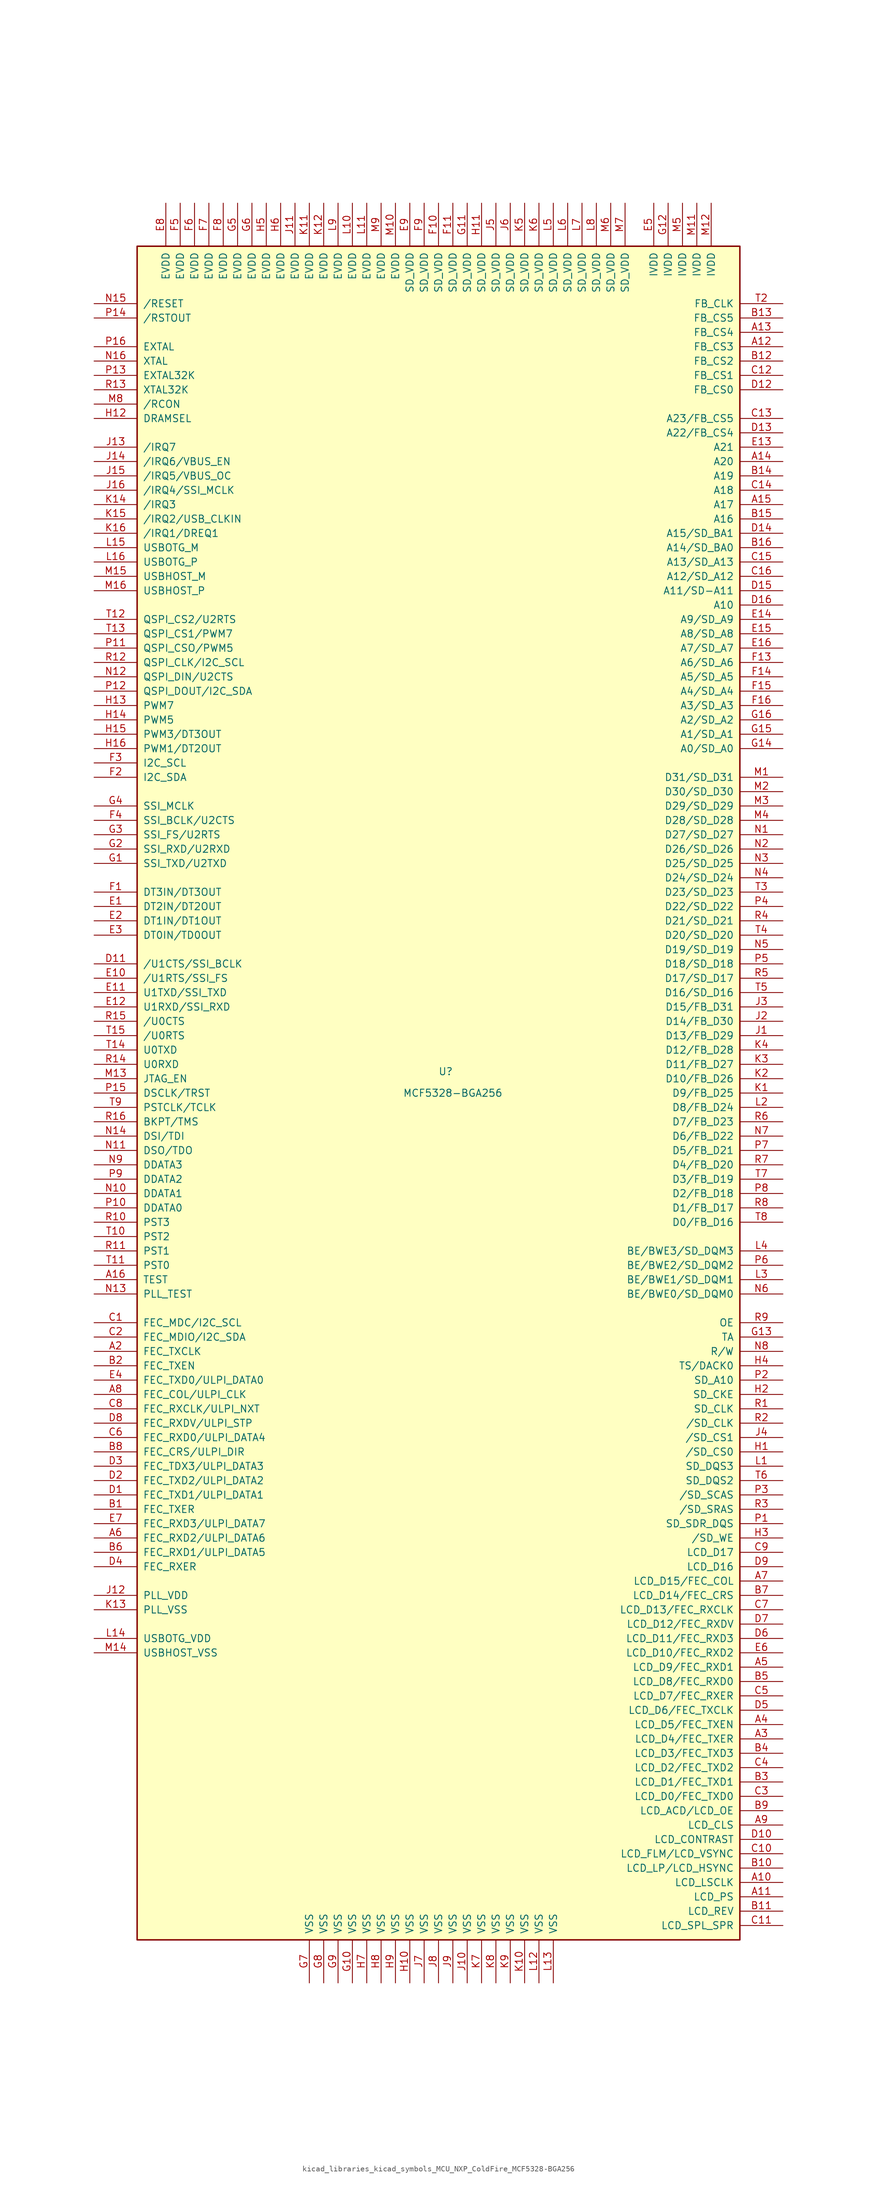
<source format=kicad_sym>
(kicad_symbol_lib
  (version 20220914)
  (generator kicad_symbol_editor)
  (symbol "kicad_libraries_kicad_symbols_MCU_NXP_ColdFire_MCF5328-BGA256"
    (pin_names
      (offset 1.016))
    (property "Reference" "U"
      (at 1.27 3.81 0)
      (effects (font (size 1.27 1.27))))
    (property "Value" "MCF5328-BGA256"
      (at 2.54 0 0)
      (effects (font (size 1.27 1.27))))
    (symbol "kicad_libraries_kicad_symbols_MCU_NXP_ColdFire_MCF5328-BGA256_0_1"
      (rectangle (start -53.34 149.86) (end 53.34 -149.86) (stroke (width 0.254) (type default)) (fill (type background))))
    (symbol "kicad_libraries_kicad_symbols_MCU_NXP_ColdFire_MCF5328-BGA256_1_1"
      (pin output line (at 60.96 -139.7 180) (length 7.62) (name "LCD_LSCLK" (effects (font (size 1.27 1.27)))) (number "A10" (effects (font (size 1.27 1.27)))))
      (pin output line (at 60.96 -142.24 180) (length 7.62) (name "LCD_PS" (effects (font (size 1.27 1.27)))) (number "A11" (effects (font (size 1.27 1.27)))))
      (pin output line (at 60.96 132.08 180) (length 7.62) (name "FB_CS3" (effects (font (size 1.27 1.27)))) (number "A12" (effects (font (size 1.27 1.27)))))
      (pin output line (at 60.96 134.62 180) (length 7.62) (name "FB_CS4" (effects (font (size 1.27 1.27)))) (number "A13" (effects (font (size 1.27 1.27)))))
      (pin output line (at 60.96 111.76 180) (length 7.62) (name "A20" (effects (font (size 1.27 1.27)))) (number "A14" (effects (font (size 1.27 1.27)))))
      (pin output line (at 60.96 104.14 180) (length 7.62) (name "A17" (effects (font (size 1.27 1.27)))) (number "A15" (effects (font (size 1.27 1.27)))))
      (pin input line (at -60.96 -33.02 0) (length 7.62) (name "TEST" (effects (font (size 1.27 1.27)))) (number "A16" (effects (font (size 1.27 1.27)))))
      (pin input line (at -60.96 -45.72 0) (length 7.62) (name "FEC_TXCLK" (effects (font (size 1.27 1.27)))) (number "A2" (effects (font (size 1.27 1.27)))))
      (pin output line (at 60.96 -114.3 180) (length 7.62) (name "LCD_D4/FEC_TXER" (effects (font (size 1.27 1.27)))) (number "A3" (effects (font (size 1.27 1.27)))))
      (pin output line (at 60.96 -111.76 180) (length 7.62) (name "LCD_D5/FEC_TXEN" (effects (font (size 1.27 1.27)))) (number "A4" (effects (font (size 1.27 1.27)))))
      (pin output line (at 60.96 -101.6 180) (length 7.62) (name "LCD_D9/FEC_RXD1" (effects (font (size 1.27 1.27)))) (number "A5" (effects (font (size 1.27 1.27)))))
      (pin input line (at -60.96 -78.74 0) (length 7.62) (name "FEC_RXD2/ULPI_DATA6" (effects (font (size 1.27 1.27)))) (number "A6" (effects (font (size 1.27 1.27)))))
      (pin output line (at 60.96 -86.36 180) (length 7.62) (name "LCD_D15/FEC_COL" (effects (font (size 1.27 1.27)))) (number "A7" (effects (font (size 1.27 1.27)))))
      (pin input line (at -60.96 -53.34 0) (length 7.62) (name "FEC_COL/ULPI_CLK" (effects (font (size 1.27 1.27)))) (number "A8" (effects (font (size 1.27 1.27)))))
      (pin output line (at 60.96 -129.54 180) (length 7.62) (name "LCD_CLS" (effects (font (size 1.27 1.27)))) (number "A9" (effects (font (size 1.27 1.27)))))
      (pin output line (at -60.96 -73.66 0) (length 7.62) (name "FEC_TXER" (effects (font (size 1.27 1.27)))) (number "B1" (effects (font (size 1.27 1.27)))))
      (pin output line (at 60.96 -137.16 180) (length 7.62) (name "LCD_LP/LCD_HSYNC" (effects (font (size 1.27 1.27)))) (number "B10" (effects (font (size 1.27 1.27)))))
      (pin output line (at 60.96 -144.78 180) (length 7.62) (name "LCD_REV" (effects (font (size 1.27 1.27)))) (number "B11" (effects (font (size 1.27 1.27)))))
      (pin output line (at 60.96 129.54 180) (length 7.62) (name "FB_CS2" (effects (font (size 1.27 1.27)))) (number "B12" (effects (font (size 1.27 1.27)))))
      (pin output line (at 60.96 137.16 180) (length 7.62) (name "FB_CS5" (effects (font (size 1.27 1.27)))) (number "B13" (effects (font (size 1.27 1.27)))))
      (pin output line (at 60.96 109.22 180) (length 7.62) (name "A19" (effects (font (size 1.27 1.27)))) (number "B14" (effects (font (size 1.27 1.27)))))
      (pin output line (at 60.96 101.6 180) (length 7.62) (name "A16" (effects (font (size 1.27 1.27)))) (number "B15" (effects (font (size 1.27 1.27)))))
      (pin output line (at 60.96 96.52 180) (length 7.62) (name "A14/SD_BA0" (effects (font (size 1.27 1.27)))) (number "B16" (effects (font (size 1.27 1.27)))))
      (pin output line (at -60.96 -48.26 0) (length 7.62) (name "FEC_TXEN" (effects (font (size 1.27 1.27)))) (number "B2" (effects (font (size 1.27 1.27)))))
      (pin output line (at 60.96 -121.92 180) (length 7.62) (name "LCD_D1/FEC_TXD1" (effects (font (size 1.27 1.27)))) (number "B3" (effects (font (size 1.27 1.27)))))
      (pin output line (at 60.96 -116.84 180) (length 7.62) (name "LCD_D3/FEC_TXD3" (effects (font (size 1.27 1.27)))) (number "B4" (effects (font (size 1.27 1.27)))))
      (pin output line (at 60.96 -104.14 180) (length 7.62) (name "LCD_D8/FEC_RXD0" (effects (font (size 1.27 1.27)))) (number "B5" (effects (font (size 1.27 1.27)))))
      (pin input line (at -60.96 -81.28 0) (length 7.62) (name "FEC_RXD1/ULPI_DATA5" (effects (font (size 1.27 1.27)))) (number "B6" (effects (font (size 1.27 1.27)))))
      (pin output line (at 60.96 -88.9 180) (length 7.62) (name "LCD_D14/FEC_CRS" (effects (font (size 1.27 1.27)))) (number "B7" (effects (font (size 1.27 1.27)))))
      (pin input line (at -60.96 -63.5 0) (length 7.62) (name "FEC_CRS/ULPI_DIR" (effects (font (size 1.27 1.27)))) (number "B8" (effects (font (size 1.27 1.27)))))
      (pin output line (at 60.96 -127 180) (length 7.62) (name "LCD_ACD/LCD_OE" (effects (font (size 1.27 1.27)))) (number "B9" (effects (font (size 1.27 1.27)))))
      (pin output line (at -60.96 -40.64 0) (length 7.62) (name "FEC_MDC/I2C_SCL" (effects (font (size 1.27 1.27)))) (number "C1" (effects (font (size 1.27 1.27)))))
      (pin output line (at 60.96 -134.62 180) (length 7.62) (name "LCD_FLM/LCD_VSYNC" (effects (font (size 1.27 1.27)))) (number "C10" (effects (font (size 1.27 1.27)))))
      (pin output line (at 60.96 -147.32 180) (length 7.62) (name "LCD_SPL_SPR" (effects (font (size 1.27 1.27)))) (number "C11" (effects (font (size 1.27 1.27)))))
      (pin output line (at 60.96 127 180) (length 7.62) (name "FB_CS1" (effects (font (size 1.27 1.27)))) (number "C12" (effects (font (size 1.27 1.27)))))
      (pin output line (at 60.96 119.38 180) (length 7.62) (name "A23/FB_CS5" (effects (font (size 1.27 1.27)))) (number "C13" (effects (font (size 1.27 1.27)))))
      (pin output line (at 60.96 106.68 180) (length 7.62) (name "A18" (effects (font (size 1.27 1.27)))) (number "C14" (effects (font (size 1.27 1.27)))))
      (pin output line (at 60.96 93.98 180) (length 7.62) (name "A13/SD_A13" (effects (font (size 1.27 1.27)))) (number "C15" (effects (font (size 1.27 1.27)))))
      (pin output line (at 60.96 91.44 180) (length 7.62) (name "A12/SD_A12" (effects (font (size 1.27 1.27)))) (number "C16" (effects (font (size 1.27 1.27)))))
      (pin bidirectional line (at -60.96 -43.18 0) (length 7.62) (name "FEC_MDIO/I2C_SDA" (effects (font (size 1.27 1.27)))) (number "C2" (effects (font (size 1.27 1.27)))))
      (pin output line (at 60.96 -124.46 180) (length 7.62) (name "LCD_D0/FEC_TXD0" (effects (font (size 1.27 1.27)))) (number "C3" (effects (font (size 1.27 1.27)))))
      (pin output line (at 60.96 -119.38 180) (length 7.62) (name "LCD_D2/FEC_TXD2" (effects (font (size 1.27 1.27)))) (number "C4" (effects (font (size 1.27 1.27)))))
      (pin output line (at 60.96 -106.68 180) (length 7.62) (name "LCD_D7/FEC_RXER" (effects (font (size 1.27 1.27)))) (number "C5" (effects (font (size 1.27 1.27)))))
      (pin input line (at -60.96 -60.96 0) (length 7.62) (name "FEC_RXD0/ULPI_DATA4" (effects (font (size 1.27 1.27)))) (number "C6" (effects (font (size 1.27 1.27)))))
      (pin output line (at 60.96 -91.44 180) (length 7.62) (name "LCD_D13/FEC_RXCLK" (effects (font (size 1.27 1.27)))) (number "C7" (effects (font (size 1.27 1.27)))))
      (pin input line (at -60.96 -55.88 0) (length 7.62) (name "FEC_RXCLK/ULPI_NXT" (effects (font (size 1.27 1.27)))) (number "C8" (effects (font (size 1.27 1.27)))))
      (pin output line (at 60.96 -81.28 180) (length 7.62) (name "LCD_D17" (effects (font (size 1.27 1.27)))) (number "C9" (effects (font (size 1.27 1.27)))))
      (pin output line (at -60.96 -71.12 0) (length 7.62) (name "FEC_TXD1/ULPI_DATA1" (effects (font (size 1.27 1.27)))) (number "D1" (effects (font (size 1.27 1.27)))))
      (pin output line (at 60.96 -132.08 180) (length 7.62) (name "LCD_CONTRAST" (effects (font (size 1.27 1.27)))) (number "D10" (effects (font (size 1.27 1.27)))))
      (pin input line (at -60.96 22.86 0) (length 7.62) (name "/U1CTS/SSI_BCLK" (effects (font (size 1.27 1.27)))) (number "D11" (effects (font (size 1.27 1.27)))))
      (pin output line (at 60.96 124.46 180) (length 7.62) (name "FB_CS0" (effects (font (size 1.27 1.27)))) (number "D12" (effects (font (size 1.27 1.27)))))
      (pin output line (at 60.96 116.84 180) (length 7.62) (name "A22/FB_CS4" (effects (font (size 1.27 1.27)))) (number "D13" (effects (font (size 1.27 1.27)))))
      (pin output line (at 60.96 99.06 180) (length 7.62) (name "A15/SD_BA1" (effects (font (size 1.27 1.27)))) (number "D14" (effects (font (size 1.27 1.27)))))
      (pin output line (at 60.96 88.9 180) (length 7.62) (name "A11/SD-A11" (effects (font (size 1.27 1.27)))) (number "D15" (effects (font (size 1.27 1.27)))))
      (pin output line (at 60.96 86.36 180) (length 7.62) (name "A10" (effects (font (size 1.27 1.27)))) (number "D16" (effects (font (size 1.27 1.27)))))
      (pin output line (at -60.96 -68.58 0) (length 7.62) (name "FEC_TXD2/ULPI_DATA2" (effects (font (size 1.27 1.27)))) (number "D2" (effects (font (size 1.27 1.27)))))
      (pin output line (at -60.96 -66.04 0) (length 7.62) (name "FEC_TDX3/ULPI_DATA3" (effects (font (size 1.27 1.27)))) (number "D3" (effects (font (size 1.27 1.27)))))
      (pin input line (at -60.96 -83.82 0) (length 7.62) (name "FEC_RXER" (effects (font (size 1.27 1.27)))) (number "D4" (effects (font (size 1.27 1.27)))))
      (pin output line (at 60.96 -109.22 180) (length 7.62) (name "LCD_D6/FEC_TXCLK" (effects (font (size 1.27 1.27)))) (number "D5" (effects (font (size 1.27 1.27)))))
      (pin output line (at 60.96 -96.52 180) (length 7.62) (name "LCD_D11/FEC_RXD3" (effects (font (size 1.27 1.27)))) (number "D6" (effects (font (size 1.27 1.27)))))
      (pin output line (at 60.96 -93.98 180) (length 7.62) (name "LCD_D12/FEC_RXDV" (effects (font (size 1.27 1.27)))) (number "D7" (effects (font (size 1.27 1.27)))))
      (pin input line (at -60.96 -58.42 0) (length 7.62) (name "FEC_RXDV/ULPI_STP" (effects (font (size 1.27 1.27)))) (number "D8" (effects (font (size 1.27 1.27)))))
      (pin output line (at 60.96 -83.82 180) (length 7.62) (name "LCD_D16" (effects (font (size 1.27 1.27)))) (number "D9" (effects (font (size 1.27 1.27)))))
      (pin input line (at -60.96 33.02 0) (length 7.62) (name "DT2IN/DT2OUT" (effects (font (size 1.27 1.27)))) (number "E1" (effects (font (size 1.27 1.27)))))
      (pin output line (at -60.96 20.32 0) (length 7.62) (name "/U1RTS/SSI_FS" (effects (font (size 1.27 1.27)))) (number "E10" (effects (font (size 1.27 1.27)))))
      (pin output line (at -60.96 17.78 0) (length 7.62) (name "U1TXD/SSI_TXD" (effects (font (size 1.27 1.27)))) (number "E11" (effects (font (size 1.27 1.27)))))
      (pin input line (at -60.96 15.24 0) (length 7.62) (name "U1RXD/SSI_RXD" (effects (font (size 1.27 1.27)))) (number "E12" (effects (font (size 1.27 1.27)))))
      (pin output line (at 60.96 114.3 180) (length 7.62) (name "A21" (effects (font (size 1.27 1.27)))) (number "E13" (effects (font (size 1.27 1.27)))))
      (pin output line (at 60.96 83.82 180) (length 7.62) (name "A9/SD_A9" (effects (font (size 1.27 1.27)))) (number "E14" (effects (font (size 1.27 1.27)))))
      (pin output line (at 60.96 81.28 180) (length 7.62) (name "A8/SD_A8" (effects (font (size 1.27 1.27)))) (number "E15" (effects (font (size 1.27 1.27)))))
      (pin output line (at 60.96 78.74 180) (length 7.62) (name "A7/SD_A7" (effects (font (size 1.27 1.27)))) (number "E16" (effects (font (size 1.27 1.27)))))
      (pin input line (at -60.96 30.48 0) (length 7.62) (name "DT1IN/DT1OUT" (effects (font (size 1.27 1.27)))) (number "E2" (effects (font (size 1.27 1.27)))))
      (pin input line (at -60.96 27.94 0) (length 7.62) (name "DT0IN/TD0OUT" (effects (font (size 1.27 1.27)))) (number "E3" (effects (font (size 1.27 1.27)))))
      (pin output line (at -60.96 -50.8 0) (length 7.62) (name "FEC_TXD0/ULPI_DATA0" (effects (font (size 1.27 1.27)))) (number "E4" (effects (font (size 1.27 1.27)))))
      (pin power_in line (at 38.1 157.48 270) (length 7.62) (name "IVDD" (effects (font (size 1.27 1.27)))) (number "E5" (effects (font (size 1.27 1.27)))))
      (pin output line (at 60.96 -99.06 180) (length 7.62) (name "LCD_D10/FEC_RXD2" (effects (font (size 1.27 1.27)))) (number "E6" (effects (font (size 1.27 1.27)))))
      (pin input line (at -60.96 -76.2 0) (length 7.62) (name "FEC_RXD3/ULPI_DATA7" (effects (font (size 1.27 1.27)))) (number "E7" (effects (font (size 1.27 1.27)))))
      (pin power_in line (at -48.26 157.48 270) (length 7.62) (name "EVDD" (effects (font (size 1.27 1.27)))) (number "E8" (effects (font (size 1.27 1.27)))))
      (pin power_in line (at -5.08 157.48 270) (length 7.62) (name "SD_VDD" (effects (font (size 1.27 1.27)))) (number "E9" (effects (font (size 1.27 1.27)))))
      (pin input line (at -60.96 35.56 0) (length 7.62) (name "DT3IN/DT3OUT" (effects (font (size 1.27 1.27)))) (number "F1" (effects (font (size 1.27 1.27)))))
      (pin power_in line (at 0 157.48 270) (length 7.62) (name "SD_VDD" (effects (font (size 1.27 1.27)))) (number "F10" (effects (font (size 1.27 1.27)))))
      (pin power_in line (at 2.54 157.48 270) (length 7.62) (name "SD_VDD" (effects (font (size 1.27 1.27)))) (number "F11" (effects (font (size 1.27 1.27)))))
      (pin output line (at 60.96 76.2 180) (length 7.62) (name "A6/SD_A6" (effects (font (size 1.27 1.27)))) (number "F13" (effects (font (size 1.27 1.27)))))
      (pin output line (at 60.96 73.66 180) (length 7.62) (name "A5/SD_A5" (effects (font (size 1.27 1.27)))) (number "F14" (effects (font (size 1.27 1.27)))))
      (pin output line (at 60.96 71.12 180) (length 7.62) (name "A4/SD_A4" (effects (font (size 1.27 1.27)))) (number "F15" (effects (font (size 1.27 1.27)))))
      (pin output line (at 60.96 68.58 180) (length 7.62) (name "A3/SD_A3" (effects (font (size 1.27 1.27)))) (number "F16" (effects (font (size 1.27 1.27)))))
      (pin bidirectional line (at -60.96 55.88 0) (length 7.62) (name "I2C_SDA" (effects (font (size 1.27 1.27)))) (number "F2" (effects (font (size 1.27 1.27)))))
      (pin bidirectional line (at -60.96 58.42 0) (length 7.62) (name "I2C_SCL" (effects (font (size 1.27 1.27)))) (number "F3" (effects (font (size 1.27 1.27)))))
      (pin bidirectional line (at -60.96 48.26 0) (length 7.62) (name "SSI_BCLK/U2CTS" (effects (font (size 1.27 1.27)))) (number "F4" (effects (font (size 1.27 1.27)))))
      (pin power_in line (at -45.72 157.48 270) (length 7.62) (name "EVDD" (effects (font (size 1.27 1.27)))) (number "F5" (effects (font (size 1.27 1.27)))))
      (pin power_in line (at -43.18 157.48 270) (length 7.62) (name "EVDD" (effects (font (size 1.27 1.27)))) (number "F6" (effects (font (size 1.27 1.27)))))
      (pin power_in line (at -40.64 157.48 270) (length 7.62) (name "EVDD" (effects (font (size 1.27 1.27)))) (number "F7" (effects (font (size 1.27 1.27)))))
      (pin power_in line (at -38.1 157.48 270) (length 7.62) (name "EVDD" (effects (font (size 1.27 1.27)))) (number "F8" (effects (font (size 1.27 1.27)))))
      (pin power_in line (at -2.54 157.48 270) (length 7.62) (name "SD_VDD" (effects (font (size 1.27 1.27)))) (number "F9" (effects (font (size 1.27 1.27)))))
      (pin output line (at -60.96 40.64 0) (length 7.62) (name "SSI_TXD/U2TXD" (effects (font (size 1.27 1.27)))) (number "G1" (effects (font (size 1.27 1.27)))))
      (pin power_in line (at -15.24 -157.48 90) (length 7.62) (name "VSS" (effects (font (size 1.27 1.27)))) (number "G10" (effects (font (size 1.27 1.27)))))
      (pin power_in line (at 5.08 157.48 270) (length 7.62) (name "SD_VDD" (effects (font (size 1.27 1.27)))) (number "G11" (effects (font (size 1.27 1.27)))))
      (pin power_in line (at 40.64 157.48 270) (length 7.62) (name "IVDD" (effects (font (size 1.27 1.27)))) (number "G12" (effects (font (size 1.27 1.27)))))
      (pin input line (at 60.96 -43.18 180) (length 7.62) (name "TA" (effects (font (size 1.27 1.27)))) (number "G13" (effects (font (size 1.27 1.27)))))
      (pin output line (at 60.96 60.96 180) (length 7.62) (name "A0/SD_A0" (effects (font (size 1.27 1.27)))) (number "G14" (effects (font (size 1.27 1.27)))))
      (pin output line (at 60.96 63.5 180) (length 7.62) (name "A1/SD_A1" (effects (font (size 1.27 1.27)))) (number "G15" (effects (font (size 1.27 1.27)))))
      (pin output line (at 60.96 66.04 180) (length 7.62) (name "A2/SD_A2" (effects (font (size 1.27 1.27)))) (number "G16" (effects (font (size 1.27 1.27)))))
      (pin input line (at -60.96 43.18 0) (length 7.62) (name "SSI_RXD/U2RXD" (effects (font (size 1.27 1.27)))) (number "G2" (effects (font (size 1.27 1.27)))))
      (pin bidirectional line (at -60.96 45.72 0) (length 7.62) (name "SSI_FS/U2RTS" (effects (font (size 1.27 1.27)))) (number "G3" (effects (font (size 1.27 1.27)))))
      (pin bidirectional line (at -60.96 50.8 0) (length 7.62) (name "SSI_MCLK" (effects (font (size 1.27 1.27)))) (number "G4" (effects (font (size 1.27 1.27)))))
      (pin power_in line (at -35.56 157.48 270) (length 7.62) (name "EVDD" (effects (font (size 1.27 1.27)))) (number "G5" (effects (font (size 1.27 1.27)))))
      (pin power_in line (at -33.02 157.48 270) (length 7.62) (name "EVDD" (effects (font (size 1.27 1.27)))) (number "G6" (effects (font (size 1.27 1.27)))))
      (pin power_in line (at -22.86 -157.48 90) (length 7.62) (name "VSS" (effects (font (size 1.27 1.27)))) (number "G7" (effects (font (size 1.27 1.27)))))
      (pin power_in line (at -20.32 -157.48 90) (length 7.62) (name "VSS" (effects (font (size 1.27 1.27)))) (number "G8" (effects (font (size 1.27 1.27)))))
      (pin power_in line (at -17.78 -157.48 90) (length 7.62) (name "VSS" (effects (font (size 1.27 1.27)))) (number "G9" (effects (font (size 1.27 1.27)))))
      (pin output line (at 60.96 -63.5 180) (length 7.62) (name "/SD_CS0" (effects (font (size 1.27 1.27)))) (number "H1" (effects (font (size 1.27 1.27)))))
      (pin power_in line (at -5.08 -157.48 90) (length 7.62) (name "VSS" (effects (font (size 1.27 1.27)))) (number "H10" (effects (font (size 1.27 1.27)))))
      (pin power_in line (at 7.62 157.48 270) (length 7.62) (name "SD_VDD" (effects (font (size 1.27 1.27)))) (number "H11" (effects (font (size 1.27 1.27)))))
      (pin input line (at -60.96 119.38 0) (length 7.62) (name "DRAMSEL" (effects (font (size 1.27 1.27)))) (number "H12" (effects (font (size 1.27 1.27)))))
      (pin bidirectional line (at -60.96 68.58 0) (length 7.62) (name "PWM7" (effects (font (size 1.27 1.27)))) (number "H13" (effects (font (size 1.27 1.27)))))
      (pin bidirectional line (at -60.96 66.04 0) (length 7.62) (name "PWM5" (effects (font (size 1.27 1.27)))) (number "H14" (effects (font (size 1.27 1.27)))))
      (pin bidirectional line (at -60.96 63.5 0) (length 7.62) (name "PWM3/DT3OUT" (effects (font (size 1.27 1.27)))) (number "H15" (effects (font (size 1.27 1.27)))))
      (pin bidirectional line (at -60.96 60.96 0) (length 7.62) (name "PWM1/DT2OUT" (effects (font (size 1.27 1.27)))) (number "H16" (effects (font (size 1.27 1.27)))))
      (pin output line (at 60.96 -53.34 180) (length 7.62) (name "SD_CKE" (effects (font (size 1.27 1.27)))) (number "H2" (effects (font (size 1.27 1.27)))))
      (pin output line (at 60.96 -78.74 180) (length 7.62) (name "/SD_WE" (effects (font (size 1.27 1.27)))) (number "H3" (effects (font (size 1.27 1.27)))))
      (pin output line (at 60.96 -48.26 180) (length 7.62) (name "TS/DACK0" (effects (font (size 1.27 1.27)))) (number "H4" (effects (font (size 1.27 1.27)))))
      (pin power_in line (at -30.48 157.48 270) (length 7.62) (name "EVDD" (effects (font (size 1.27 1.27)))) (number "H5" (effects (font (size 1.27 1.27)))))
      (pin power_in line (at -27.94 157.48 270) (length 7.62) (name "EVDD" (effects (font (size 1.27 1.27)))) (number "H6" (effects (font (size 1.27 1.27)))))
      (pin power_in line (at -12.7 -157.48 90) (length 7.62) (name "VSS" (effects (font (size 1.27 1.27)))) (number "H7" (effects (font (size 1.27 1.27)))))
      (pin power_in line (at -10.16 -157.48 90) (length 7.62) (name "VSS" (effects (font (size 1.27 1.27)))) (number "H8" (effects (font (size 1.27 1.27)))))
      (pin power_in line (at -7.62 -157.48 90) (length 7.62) (name "VSS" (effects (font (size 1.27 1.27)))) (number "H9" (effects (font (size 1.27 1.27)))))
      (pin output line (at 60.96 10.16 180) (length 7.62) (name "D13/FB_D29" (effects (font (size 1.27 1.27)))) (number "J1" (effects (font (size 1.27 1.27)))))
      (pin power_in line (at 5.08 -157.48 90) (length 7.62) (name "VSS" (effects (font (size 1.27 1.27)))) (number "J10" (effects (font (size 1.27 1.27)))))
      (pin power_in line (at -25.4 157.48 270) (length 7.62) (name "EVDD" (effects (font (size 1.27 1.27)))) (number "J11" (effects (font (size 1.27 1.27)))))
      (pin power_in line (at -60.96 -88.9 0) (length 7.62) (name "PLL_VDD" (effects (font (size 1.27 1.27)))) (number "J12" (effects (font (size 1.27 1.27)))))
      (pin input line (at -60.96 114.3 0) (length 7.62) (name "/IRQ7" (effects (font (size 1.27 1.27)))) (number "J13" (effects (font (size 1.27 1.27)))))
      (pin input line (at -60.96 111.76 0) (length 7.62) (name "/IRQ6/VBUS_EN" (effects (font (size 1.27 1.27)))) (number "J14" (effects (font (size 1.27 1.27)))))
      (pin input line (at -60.96 109.22 0) (length 7.62) (name "/IRQ5/VBUS_OC" (effects (font (size 1.27 1.27)))) (number "J15" (effects (font (size 1.27 1.27)))))
      (pin input line (at -60.96 106.68 0) (length 7.62) (name "/IRQ4/SSI_MCLK" (effects (font (size 1.27 1.27)))) (number "J16" (effects (font (size 1.27 1.27)))))
      (pin output line (at 60.96 12.7 180) (length 7.62) (name "D14/FB_D30" (effects (font (size 1.27 1.27)))) (number "J2" (effects (font (size 1.27 1.27)))))
      (pin output line (at 60.96 15.24 180) (length 7.62) (name "D15/FB_D31" (effects (font (size 1.27 1.27)))) (number "J3" (effects (font (size 1.27 1.27)))))
      (pin output line (at 60.96 -60.96 180) (length 7.62) (name "/SD_CS1" (effects (font (size 1.27 1.27)))) (number "J4" (effects (font (size 1.27 1.27)))))
      (pin power_in line (at 10.16 157.48 270) (length 7.62) (name "SD_VDD" (effects (font (size 1.27 1.27)))) (number "J5" (effects (font (size 1.27 1.27)))))
      (pin power_in line (at 12.7 157.48 270) (length 7.62) (name "SD_VDD" (effects (font (size 1.27 1.27)))) (number "J6" (effects (font (size 1.27 1.27)))))
      (pin power_in line (at -2.54 -157.48 90) (length 7.62) (name "VSS" (effects (font (size 1.27 1.27)))) (number "J7" (effects (font (size 1.27 1.27)))))
      (pin power_in line (at 0 -157.48 90) (length 7.62) (name "VSS" (effects (font (size 1.27 1.27)))) (number "J8" (effects (font (size 1.27 1.27)))))
      (pin power_in line (at 2.54 -157.48 90) (length 7.62) (name "VSS" (effects (font (size 1.27 1.27)))) (number "J9" (effects (font (size 1.27 1.27)))))
      (pin output line (at 60.96 0 180) (length 7.62) (name "D9/FB_D25" (effects (font (size 1.27 1.27)))) (number "K1" (effects (font (size 1.27 1.27)))))
      (pin power_in line (at 15.24 -157.48 90) (length 7.62) (name "VSS" (effects (font (size 1.27 1.27)))) (number "K10" (effects (font (size 1.27 1.27)))))
      (pin power_in line (at -22.86 157.48 270) (length 7.62) (name "EVDD" (effects (font (size 1.27 1.27)))) (number "K11" (effects (font (size 1.27 1.27)))))
      (pin power_in line (at -20.32 157.48 270) (length 7.62) (name "EVDD" (effects (font (size 1.27 1.27)))) (number "K12" (effects (font (size 1.27 1.27)))))
      (pin power_in line (at -60.96 -91.44 0) (length 7.62) (name "PLL_VSS" (effects (font (size 1.27 1.27)))) (number "K13" (effects (font (size 1.27 1.27)))))
      (pin input line (at -60.96 104.14 0) (length 7.62) (name "/IRQ3" (effects (font (size 1.27 1.27)))) (number "K14" (effects (font (size 1.27 1.27)))))
      (pin input line (at -60.96 101.6 0) (length 7.62) (name "/IRQ2/USB_CLKIN" (effects (font (size 1.27 1.27)))) (number "K15" (effects (font (size 1.27 1.27)))))
      (pin input line (at -60.96 99.06 0) (length 7.62) (name "/IRQ1/DREQ1" (effects (font (size 1.27 1.27)))) (number "K16" (effects (font (size 1.27 1.27)))))
      (pin output line (at 60.96 2.54 180) (length 7.62) (name "D10/FB_D26" (effects (font (size 1.27 1.27)))) (number "K2" (effects (font (size 1.27 1.27)))))
      (pin output line (at 60.96 5.08 180) (length 7.62) (name "D11/FB_D27" (effects (font (size 1.27 1.27)))) (number "K3" (effects (font (size 1.27 1.27)))))
      (pin output line (at 60.96 7.62 180) (length 7.62) (name "D12/FB_D28" (effects (font (size 1.27 1.27)))) (number "K4" (effects (font (size 1.27 1.27)))))
      (pin power_in line (at 15.24 157.48 270) (length 7.62) (name "SD_VDD" (effects (font (size 1.27 1.27)))) (number "K5" (effects (font (size 1.27 1.27)))))
      (pin power_in line (at 17.78 157.48 270) (length 7.62) (name "SD_VDD" (effects (font (size 1.27 1.27)))) (number "K6" (effects (font (size 1.27 1.27)))))
      (pin power_in line (at 7.62 -157.48 90) (length 7.62) (name "VSS" (effects (font (size 1.27 1.27)))) (number "K7" (effects (font (size 1.27 1.27)))))
      (pin power_in line (at 10.16 -157.48 90) (length 7.62) (name "VSS" (effects (font (size 1.27 1.27)))) (number "K8" (effects (font (size 1.27 1.27)))))
      (pin power_in line (at 12.7 -157.48 90) (length 7.62) (name "VSS" (effects (font (size 1.27 1.27)))) (number "K9" (effects (font (size 1.27 1.27)))))
      (pin input line (at 60.96 -66.04 180) (length 7.62) (name "SD_DQS3" (effects (font (size 1.27 1.27)))) (number "L1" (effects (font (size 1.27 1.27)))))
      (pin power_in line (at -15.24 157.48 270) (length 7.62) (name "EVDD" (effects (font (size 1.27 1.27)))) (number "L10" (effects (font (size 1.27 1.27)))))
      (pin power_in line (at -12.7 157.48 270) (length 7.62) (name "EVDD" (effects (font (size 1.27 1.27)))) (number "L11" (effects (font (size 1.27 1.27)))))
      (pin power_in line (at 17.78 -157.48 90) (length 7.62) (name "VSS" (effects (font (size 1.27 1.27)))) (number "L12" (effects (font (size 1.27 1.27)))))
      (pin power_in line (at 20.32 -157.48 90) (length 7.62) (name "VSS" (effects (font (size 1.27 1.27)))) (number "L13" (effects (font (size 1.27 1.27)))))
      (pin power_in line (at -60.96 -96.52 0) (length 7.62) (name "USBOTG_VDD" (effects (font (size 1.27 1.27)))) (number "L14" (effects (font (size 1.27 1.27)))))
      (pin bidirectional line (at -60.96 96.52 0) (length 7.62) (name "USBOTG_M" (effects (font (size 1.27 1.27)))) (number "L15" (effects (font (size 1.27 1.27)))))
      (pin bidirectional line (at -60.96 93.98 0) (length 7.62) (name "USBOTG_P" (effects (font (size 1.27 1.27)))) (number "L16" (effects (font (size 1.27 1.27)))))
      (pin output line (at 60.96 -2.54 180) (length 7.62) (name "D8/FB_D24" (effects (font (size 1.27 1.27)))) (number "L2" (effects (font (size 1.27 1.27)))))
      (pin output line (at 60.96 -33.02 180) (length 7.62) (name "BE/BWE1/SD_DQM1" (effects (font (size 1.27 1.27)))) (number "L3" (effects (font (size 1.27 1.27)))))
      (pin output line (at 60.96 -27.94 180) (length 7.62) (name "BE/BWE3/SD_DQM3" (effects (font (size 1.27 1.27)))) (number "L4" (effects (font (size 1.27 1.27)))))
      (pin power_in line (at 20.32 157.48 270) (length 7.62) (name "SD_VDD" (effects (font (size 1.27 1.27)))) (number "L5" (effects (font (size 1.27 1.27)))))
      (pin power_in line (at 22.86 157.48 270) (length 7.62) (name "SD_VDD" (effects (font (size 1.27 1.27)))) (number "L6" (effects (font (size 1.27 1.27)))))
      (pin power_in line (at 25.4 157.48 270) (length 7.62) (name "SD_VDD" (effects (font (size 1.27 1.27)))) (number "L7" (effects (font (size 1.27 1.27)))))
      (pin power_in line (at 27.94 157.48 270) (length 7.62) (name "SD_VDD" (effects (font (size 1.27 1.27)))) (number "L8" (effects (font (size 1.27 1.27)))))
      (pin power_in line (at -17.78 157.48 270) (length 7.62) (name "EVDD" (effects (font (size 1.27 1.27)))) (number "L9" (effects (font (size 1.27 1.27)))))
      (pin output line (at 60.96 55.88 180) (length 7.62) (name "D31/SD_D31" (effects (font (size 1.27 1.27)))) (number "M1" (effects (font (size 1.27 1.27)))))
      (pin power_in line (at -7.62 157.48 270) (length 7.62) (name "EVDD" (effects (font (size 1.27 1.27)))) (number "M10" (effects (font (size 1.27 1.27)))))
      (pin power_in line (at 45.72 157.48 270) (length 7.62) (name "IVDD" (effects (font (size 1.27 1.27)))) (number "M11" (effects (font (size 1.27 1.27)))))
      (pin power_in line (at 48.26 157.48 270) (length 7.62) (name "IVDD" (effects (font (size 1.27 1.27)))) (number "M12" (effects (font (size 1.27 1.27)))))
      (pin input line (at -60.96 2.54 0) (length 7.62) (name "JTAG_EN" (effects (font (size 1.27 1.27)))) (number "M13" (effects (font (size 1.27 1.27)))))
      (pin power_in line (at -60.96 -99.06 0) (length 7.62) (name "USBHOST_VSS" (effects (font (size 1.27 1.27)))) (number "M14" (effects (font (size 1.27 1.27)))))
      (pin bidirectional line (at -60.96 91.44 0) (length 7.62) (name "USBHOST_M" (effects (font (size 1.27 1.27)))) (number "M15" (effects (font (size 1.27 1.27)))))
      (pin bidirectional line (at -60.96 88.9 0) (length 7.62) (name "USBHOST_P" (effects (font (size 1.27 1.27)))) (number "M16" (effects (font (size 1.27 1.27)))))
      (pin output line (at 60.96 53.34 180) (length 7.62) (name "D30/SD_D30" (effects (font (size 1.27 1.27)))) (number "M2" (effects (font (size 1.27 1.27)))))
      (pin output line (at 60.96 50.8 180) (length 7.62) (name "D29/SD_D29" (effects (font (size 1.27 1.27)))) (number "M3" (effects (font (size 1.27 1.27)))))
      (pin output line (at 60.96 48.26 180) (length 7.62) (name "D28/SD_D28" (effects (font (size 1.27 1.27)))) (number "M4" (effects (font (size 1.27 1.27)))))
      (pin power_in line (at 43.18 157.48 270) (length 7.62) (name "IVDD" (effects (font (size 1.27 1.27)))) (number "M5" (effects (font (size 1.27 1.27)))))
      (pin power_in line (at 30.48 157.48 270) (length 7.62) (name "SD_VDD" (effects (font (size 1.27 1.27)))) (number "M6" (effects (font (size 1.27 1.27)))))
      (pin power_in line (at 33.02 157.48 270) (length 7.62) (name "SD_VDD" (effects (font (size 1.27 1.27)))) (number "M7" (effects (font (size 1.27 1.27)))))
      (pin input line (at -60.96 121.92 0) (length 7.62) (name "/RCON" (effects (font (size 1.27 1.27)))) (number "M8" (effects (font (size 1.27 1.27)))))
      (pin power_in line (at -10.16 157.48 270) (length 7.62) (name "EVDD" (effects (font (size 1.27 1.27)))) (number "M9" (effects (font (size 1.27 1.27)))))
      (pin output line (at 60.96 45.72 180) (length 7.62) (name "D27/SD_D27" (effects (font (size 1.27 1.27)))) (number "N1" (effects (font (size 1.27 1.27)))))
      (pin output line (at -60.96 -17.78 0) (length 7.62) (name "DDATA1" (effects (font (size 1.27 1.27)))) (number "N10" (effects (font (size 1.27 1.27)))))
      (pin output line (at -60.96 -10.16 0) (length 7.62) (name "DSO/TDO" (effects (font (size 1.27 1.27)))) (number "N11" (effects (font (size 1.27 1.27)))))
      (pin input line (at -60.96 73.66 0) (length 7.62) (name "QSPI_DIN/U2CTS" (effects (font (size 1.27 1.27)))) (number "N12" (effects (font (size 1.27 1.27)))))
      (pin input line (at -60.96 -35.56 0) (length 7.62) (name "PLL_TEST" (effects (font (size 1.27 1.27)))) (number "N13" (effects (font (size 1.27 1.27)))))
      (pin input line (at -60.96 -7.62 0) (length 7.62) (name "DSI/TDI" (effects (font (size 1.27 1.27)))) (number "N14" (effects (font (size 1.27 1.27)))))
      (pin input line (at -60.96 139.7 0) (length 7.62) (name "/RESET" (effects (font (size 1.27 1.27)))) (number "N15" (effects (font (size 1.27 1.27)))))
      (pin output line (at -60.96 129.54 0) (length 7.62) (name "XTAL" (effects (font (size 1.27 1.27)))) (number "N16" (effects (font (size 1.27 1.27)))))
      (pin output line (at 60.96 43.18 180) (length 7.62) (name "D26/SD_D26" (effects (font (size 1.27 1.27)))) (number "N2" (effects (font (size 1.27 1.27)))))
      (pin output line (at 60.96 40.64 180) (length 7.62) (name "D25/SD_D25" (effects (font (size 1.27 1.27)))) (number "N3" (effects (font (size 1.27 1.27)))))
      (pin output line (at 60.96 38.1 180) (length 7.62) (name "D24/SD_D24" (effects (font (size 1.27 1.27)))) (number "N4" (effects (font (size 1.27 1.27)))))
      (pin output line (at 60.96 25.4 180) (length 7.62) (name "D19/SD_D19" (effects (font (size 1.27 1.27)))) (number "N5" (effects (font (size 1.27 1.27)))))
      (pin output line (at 60.96 -35.56 180) (length 7.62) (name "BE/BWE0/SD_DQM0" (effects (font (size 1.27 1.27)))) (number "N6" (effects (font (size 1.27 1.27)))))
      (pin output line (at 60.96 -7.62 180) (length 7.62) (name "D6/FB_D22" (effects (font (size 1.27 1.27)))) (number "N7" (effects (font (size 1.27 1.27)))))
      (pin output line (at 60.96 -45.72 180) (length 7.62) (name "R/W" (effects (font (size 1.27 1.27)))) (number "N8" (effects (font (size 1.27 1.27)))))
      (pin output line (at -60.96 -12.7 0) (length 7.62) (name "DDATA3" (effects (font (size 1.27 1.27)))) (number "N9" (effects (font (size 1.27 1.27)))))
      (pin output line (at 60.96 -76.2 180) (length 7.62) (name "SD_SDR_DQS" (effects (font (size 1.27 1.27)))) (number "P1" (effects (font (size 1.27 1.27)))))
      (pin output line (at -60.96 -20.32 0) (length 7.62) (name "DDATA0" (effects (font (size 1.27 1.27)))) (number "P10" (effects (font (size 1.27 1.27)))))
      (pin output line (at -60.96 78.74 0) (length 7.62) (name "QSPI_CSO/PWM5" (effects (font (size 1.27 1.27)))) (number "P11" (effects (font (size 1.27 1.27)))))
      (pin output line (at -60.96 71.12 0) (length 7.62) (name "QSPI_DOUT/I2C_SDA" (effects (font (size 1.27 1.27)))) (number "P12" (effects (font (size 1.27 1.27)))))
      (pin input line (at -60.96 127 0) (length 7.62) (name "EXTAL32K" (effects (font (size 1.27 1.27)))) (number "P13" (effects (font (size 1.27 1.27)))))
      (pin output line (at -60.96 137.16 0) (length 7.62) (name "/RSTOUT" (effects (font (size 1.27 1.27)))) (number "P14" (effects (font (size 1.27 1.27)))))
      (pin input line (at -60.96 0 0) (length 7.62) (name "DSCLK/TRST" (effects (font (size 1.27 1.27)))) (number "P15" (effects (font (size 1.27 1.27)))))
      (pin input line (at -60.96 132.08 0) (length 7.62) (name "EXTAL" (effects (font (size 1.27 1.27)))) (number "P16" (effects (font (size 1.27 1.27)))))
      (pin output line (at 60.96 -50.8 180) (length 7.62) (name "SD_A10" (effects (font (size 1.27 1.27)))) (number "P2" (effects (font (size 1.27 1.27)))))
      (pin output line (at 60.96 -71.12 180) (length 7.62) (name "/SD_SCAS" (effects (font (size 1.27 1.27)))) (number "P3" (effects (font (size 1.27 1.27)))))
      (pin output line (at 60.96 33.02 180) (length 7.62) (name "D22/SD_D22" (effects (font (size 1.27 1.27)))) (number "P4" (effects (font (size 1.27 1.27)))))
      (pin output line (at 60.96 22.86 180) (length 7.62) (name "D18/SD_D18" (effects (font (size 1.27 1.27)))) (number "P5" (effects (font (size 1.27 1.27)))))
      (pin output line (at 60.96 -30.48 180) (length 7.62) (name "BE/BWE2/SD_DQM2" (effects (font (size 1.27 1.27)))) (number "P6" (effects (font (size 1.27 1.27)))))
      (pin output line (at 60.96 -10.16 180) (length 7.62) (name "D5/FB_D21" (effects (font (size 1.27 1.27)))) (number "P7" (effects (font (size 1.27 1.27)))))
      (pin output line (at 60.96 -17.78 180) (length 7.62) (name "D2/FB_D18" (effects (font (size 1.27 1.27)))) (number "P8" (effects (font (size 1.27 1.27)))))
      (pin output line (at -60.96 -15.24 0) (length 7.62) (name "DDATA2" (effects (font (size 1.27 1.27)))) (number "P9" (effects (font (size 1.27 1.27)))))
      (pin output line (at 60.96 -55.88 180) (length 7.62) (name "SD_CLK" (effects (font (size 1.27 1.27)))) (number "R1" (effects (font (size 1.27 1.27)))))
      (pin output line (at -60.96 -22.86 0) (length 7.62) (name "PST3" (effects (font (size 1.27 1.27)))) (number "R10" (effects (font (size 1.27 1.27)))))
      (pin output line (at -60.96 -27.94 0) (length 7.62) (name "PST1" (effects (font (size 1.27 1.27)))) (number "R11" (effects (font (size 1.27 1.27)))))
      (pin output line (at -60.96 76.2 0) (length 7.62) (name "QSPI_CLK/I2C_SCL" (effects (font (size 1.27 1.27)))) (number "R12" (effects (font (size 1.27 1.27)))))
      (pin output line (at -60.96 124.46 0) (length 7.62) (name "XTAL32K" (effects (font (size 1.27 1.27)))) (number "R13" (effects (font (size 1.27 1.27)))))
      (pin input line (at -60.96 5.08 0) (length 7.62) (name "U0RXD" (effects (font (size 1.27 1.27)))) (number "R14" (effects (font (size 1.27 1.27)))))
      (pin input line (at -60.96 12.7 0) (length 7.62) (name "/U0CTS" (effects (font (size 1.27 1.27)))) (number "R15" (effects (font (size 1.27 1.27)))))
      (pin input line (at -60.96 -5.08 0) (length 7.62) (name "BKPT/TMS" (effects (font (size 1.27 1.27)))) (number "R16" (effects (font (size 1.27 1.27)))))
      (pin output line (at 60.96 -58.42 180) (length 7.62) (name "/SD_CLK" (effects (font (size 1.27 1.27)))) (number "R2" (effects (font (size 1.27 1.27)))))
      (pin output line (at 60.96 -73.66 180) (length 7.62) (name "/SD_SRAS" (effects (font (size 1.27 1.27)))) (number "R3" (effects (font (size 1.27 1.27)))))
      (pin output line (at 60.96 30.48 180) (length 7.62) (name "D21/SD_D21" (effects (font (size 1.27 1.27)))) (number "R4" (effects (font (size 1.27 1.27)))))
      (pin output line (at 60.96 20.32 180) (length 7.62) (name "D17/SD_D17" (effects (font (size 1.27 1.27)))) (number "R5" (effects (font (size 1.27 1.27)))))
      (pin output line (at 60.96 -5.08 180) (length 7.62) (name "D7/FB_D23" (effects (font (size 1.27 1.27)))) (number "R6" (effects (font (size 1.27 1.27)))))
      (pin output line (at 60.96 -12.7 180) (length 7.62) (name "D4/FB_D20" (effects (font (size 1.27 1.27)))) (number "R7" (effects (font (size 1.27 1.27)))))
      (pin output line (at 60.96 -20.32 180) (length 7.62) (name "D1/FB_D17" (effects (font (size 1.27 1.27)))) (number "R8" (effects (font (size 1.27 1.27)))))
      (pin output line (at 60.96 -40.64 180) (length 7.62) (name "OE" (effects (font (size 1.27 1.27)))) (number "R9" (effects (font (size 1.27 1.27)))))
      (pin output line (at -60.96 -25.4 0) (length 7.62) (name "PST2" (effects (font (size 1.27 1.27)))) (number "T10" (effects (font (size 1.27 1.27)))))
      (pin output line (at -60.96 -30.48 0) (length 7.62) (name "PST0" (effects (font (size 1.27 1.27)))) (number "T11" (effects (font (size 1.27 1.27)))))
      (pin output line (at -60.96 83.82 0) (length 7.62) (name "QSPI_CS2/U2RTS" (effects (font (size 1.27 1.27)))) (number "T12" (effects (font (size 1.27 1.27)))))
      (pin output line (at -60.96 81.28 0) (length 7.62) (name "QSPI_CS1/PWM7" (effects (font (size 1.27 1.27)))) (number "T13" (effects (font (size 1.27 1.27)))))
      (pin output line (at -60.96 7.62 0) (length 7.62) (name "U0TXD" (effects (font (size 1.27 1.27)))) (number "T14" (effects (font (size 1.27 1.27)))))
      (pin output line (at -60.96 10.16 0) (length 7.62) (name "/U0RTS" (effects (font (size 1.27 1.27)))) (number "T15" (effects (font (size 1.27 1.27)))))
      (pin output line (at 60.96 139.7 180) (length 7.62) (name "FB_CLK" (effects (font (size 1.27 1.27)))) (number "T2" (effects (font (size 1.27 1.27)))))
      (pin output line (at 60.96 35.56 180) (length 7.62) (name "D23/SD_D23" (effects (font (size 1.27 1.27)))) (number "T3" (effects (font (size 1.27 1.27)))))
      (pin output line (at 60.96 27.94 180) (length 7.62) (name "D20/SD_D20" (effects (font (size 1.27 1.27)))) (number "T4" (effects (font (size 1.27 1.27)))))
      (pin output line (at 60.96 17.78 180) (length 7.62) (name "D16/SD_D16" (effects (font (size 1.27 1.27)))) (number "T5" (effects (font (size 1.27 1.27)))))
      (pin input line (at 60.96 -68.58 180) (length 7.62) (name "SD_DQS2" (effects (font (size 1.27 1.27)))) (number "T6" (effects (font (size 1.27 1.27)))))
      (pin output line (at 60.96 -15.24 180) (length 7.62) (name "D3/FB_D19" (effects (font (size 1.27 1.27)))) (number "T7" (effects (font (size 1.27 1.27)))))
      (pin output line (at 60.96 -22.86 180) (length 7.62) (name "D0/FB_D16" (effects (font (size 1.27 1.27)))) (number "T8" (effects (font (size 1.27 1.27)))))
      (pin output line (at -60.96 -2.54 0) (length 7.62) (name "PSTCLK/TCLK" (effects (font (size 1.27 1.27)))) (number "T9" (effects (font (size 1.27 1.27))))))))
</source>
